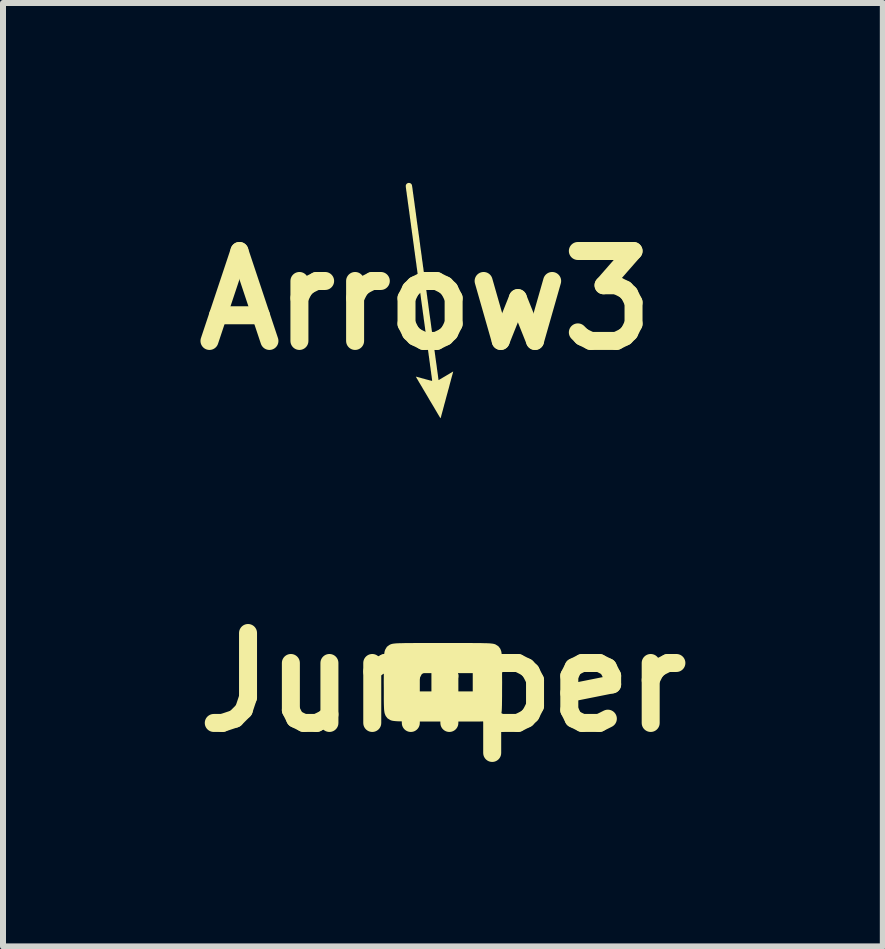
<source format=kicad_pcb>
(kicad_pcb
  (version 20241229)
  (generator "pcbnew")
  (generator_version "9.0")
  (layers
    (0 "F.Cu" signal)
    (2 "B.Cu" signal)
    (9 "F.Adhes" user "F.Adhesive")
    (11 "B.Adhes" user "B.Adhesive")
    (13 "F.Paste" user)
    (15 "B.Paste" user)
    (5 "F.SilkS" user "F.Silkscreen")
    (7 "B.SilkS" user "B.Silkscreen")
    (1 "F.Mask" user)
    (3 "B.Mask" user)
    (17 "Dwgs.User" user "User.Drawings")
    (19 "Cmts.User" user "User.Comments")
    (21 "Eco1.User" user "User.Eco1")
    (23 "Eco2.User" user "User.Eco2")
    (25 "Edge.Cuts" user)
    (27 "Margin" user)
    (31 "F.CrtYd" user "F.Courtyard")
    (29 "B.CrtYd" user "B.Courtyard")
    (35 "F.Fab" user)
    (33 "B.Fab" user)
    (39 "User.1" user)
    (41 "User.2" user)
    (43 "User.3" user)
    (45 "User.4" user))
  (footprint "Jumper"
    (layer "F.Cu")
    (at 4.336 8.327)
    (property "Reference" "Jumper" (at 0 0 0) (layer "F.SilkS") (effects (font (size 1.5 1.5) (thickness 0.3))))
    (attr board_only exclude_from_pos_files exclude_from_bom)
    (fp_poly (pts (xy 0.168 -0.655) (xy 0.312 -0.655) (xy 0.434 -0.655) (xy 0.535 -0.654) (xy 0.618 -0.654) (xy 0.685 -0.652) (xy 0.738 -0.651) (xy 0.779 -0.649) (xy 0.81 -0.646) (xy 0.834 -0.643) (xy 0.852 -0.639) (xy 0.866 -0.635) (xy 0.878 -0.63) (xy 0.878 -0.63) (xy 0.923 -0.602) (xy 0.953 -0.564) (xy 0.961 -0.547) (xy 0.967 -0.531) (xy 0.973 -0.513) (xy 0.977 -0.49) (xy 0.98 -0.46) (xy 0.983 -0.42) (xy 0.985 -0.366) (xy 0.986 -0.297) (xy 0.986 -0.209) (xy 0.986 -0.099) (xy 0.987 0) (xy 0.986 0.128) (xy 0.986 0.232) (xy 0.985 0.315) (xy 0.984 0.38) (xy 0.982 0.43) (xy 0.98 0.468) (xy 0.976 0.496) (xy 0.972 0.517) (xy 0.966 0.535) (xy 0.961 0.547) (xy 0.934 0.592) (xy 0.895 0.621) (xy 0.878 0.63) (xy 0.866 0.635) (xy 0.852 0.639) (xy 0.834 0.643) (xy 0.81 0.646) (xy 0.779 0.649) (xy 0.738 0.651) (xy 0.685 0.652) (xy 0.618 0.654) (xy 0.535 0.654) (xy 0.434 0.655) (xy 0.313 0.655) (xy 0.169 0.655) (xy 0.000467 0.655) (xy 0 0.655) (xy -0.168 0.655) (xy -0.312 0.655) (xy -0.434 0.655) (xy -0.535 0.654) (xy -0.618 0.654) (xy -0.685 0.652) (xy -0.738 0.651) (xy -0.779 0.649) (xy -0.81 0.646) (xy -0.834 0.643) (xy -0.852 0.639) (xy -0.866 0.635) (xy -0.878 0.63) (xy -0.878 0.63) (xy -0.923 0.602) (xy -0.953 0.564) (xy -0.961 0.547) (xy -0.967 0.531) (xy -0.973 0.513) (xy -0.977 0.49) (xy -0.981 0.46) (xy -0.983 0.42) (xy -0.985 0.366) (xy -0.986 0.297) (xy -0.986 0.209) (xy -0.986 0.099) (xy -0.987 0) (xy -0.497 0) (xy -0.497 0.152) (xy -0.344 0.152) (xy -0.192 0.152) (xy -0.192 0) (xy 0.192 0) (xy 0.192 0.152) (xy 0.344 0.152) (xy 0.497 0.152) (xy 0.497 0) (xy 0.497 -0.152) (xy 0.344 -0.152) (xy 0.192 -0.152) (xy 0.192 0) (xy -0.192 0) (xy -0.192 -0.152) (xy -0.344 -0.152) (xy -0.497 -0.152) (xy -0.497 0) (xy -0.987 0) (xy -0.986 -0.128) (xy -0.986 -0.232) (xy -0.985 -0.315) (xy -0.984 -0.38) (xy -0.982 -0.43) (xy -0.98 -0.468) (xy -0.976 -0.496) (xy -0.972 -0.517) (xy -0.966 -0.535) (xy -0.961 -0.547) (xy -0.934 -0.592) (xy -0.895 -0.621) (xy -0.878 -0.63) (xy -0.866 -0.635) (xy -0.852 -0.639) (xy -0.834 -0.643) (xy -0.81 -0.646) (xy -0.779 -0.649) (xy -0.738 -0.651) (xy -0.685 -0.652) (xy -0.618 -0.654) (xy -0.535 -0.654) (xy -0.434 -0.655) (xy -0.313 -0.655) (xy -0.169 -0.655) (xy -0.000468 -0.655) (xy 0 -0.655)) (stroke (width 0) (type solid)) (fill yes) (layer "F.SilkS")))
  (footprint "Arrow3"
    (layer "F.Cu")
    (at 4.05 1.957)
    (property "Reference" "Arrow3" (at 0 0 0) (layer "F.SilkS") (effects (font (size 1.5 1.5) (thickness 0.3))))
    (attr board_only exclude_from_pos_files exclude_from_bom)
    (fp_poly (pts (xy -0.264 -1.954) (xy -0.253 -1.949) (xy -0.243 -1.941) (xy -0.236 -1.931) (xy -0.232 -1.924) (xy -0.231 -1.92) (xy -0.23 -1.912) (xy -0.228 -1.902) (xy -0.226 -1.89) (xy -0.224 -1.876) (xy -0.222 -1.864) (xy -0.22 -1.847) (xy -0.218 -1.83) (xy -0.216 -1.813) (xy -0.213 -1.797) (xy -0.212 -1.784) (xy -0.211 -1.778) (xy -0.209 -1.767) (xy -0.207 -1.753) (xy -0.205 -1.737) (xy -0.203 -1.72) (xy -0.2 -1.702) (xy -0.198 -1.684) (xy -0.197 -1.678) (xy -0.193 -1.652) (xy -0.19 -1.629) (xy -0.187 -1.608) (xy -0.185 -1.59) (xy -0.183 -1.574) (xy -0.181 -1.56) (xy -0.179 -1.546) (xy -0.177 -1.533) (xy -0.175 -1.519) (xy -0.173 -1.505) (xy -0.171 -1.49) (xy -0.17 -1.477) (xy -0.167 -1.461) (xy -0.165 -1.445) (xy -0.163 -1.431) (xy -0.162 -1.418) (xy -0.16 -1.408) (xy -0.159 -1.4) (xy -0.159 -1.397) (xy -0.158 -1.391) (xy -0.157 -1.381) (xy -0.155 -1.369) (xy -0.153 -1.357) (xy -0.152 -1.348) (xy -0.151 -1.337) (xy -0.149 -1.323) (xy -0.147 -1.307) (xy -0.144 -1.289) (xy -0.142 -1.271) (xy -0.139 -1.253) (xy -0.138 -1.247) (xy -0.136 -1.228) (xy -0.133 -1.207) (xy -0.13 -1.186) (xy -0.127 -1.164) (xy -0.124 -1.145) (xy -0.122 -1.128) (xy -0.122 -1.126) (xy -0.12 -1.111) (xy -0.117 -1.092) (xy -0.114 -1.071) (xy -0.111 -1.05) (xy -0.108 -1.028) (xy -0.106 -1.007) (xy -0.104 -0.998) (xy -0.102 -0.977) (xy -0.098 -0.954) (xy -0.095 -0.929) (xy -0.092 -0.904) (xy -0.089 -0.881) (xy -0.086 -0.86) (xy -0.085 -0.853) (xy -0.083 -0.837) (xy -0.08 -0.821) (xy -0.078 -0.807) (xy -0.077 -0.795) (xy -0.075 -0.785) (xy -0.075 -0.779) (xy -0.074 -0.775) (xy -0.073 -0.767) (xy -0.071 -0.756) (xy -0.069 -0.741) (xy -0.067 -0.724) (xy -0.065 -0.704) (xy -0.062 -0.683) (xy -0.059 -0.66) (xy -0.055 -0.637) (xy -0.052 -0.613) (xy -0.049 -0.589) (xy -0.046 -0.565) (xy -0.042 -0.542) (xy -0.039 -0.52) (xy -0.037 -0.499) (xy -0.034 -0.481) (xy -0.032 -0.465) (xy -0.03 -0.452) (xy -0.029 -0.446) (xy -0.028 -0.44) (xy -0.027 -0.43) (xy -0.025 -0.418) (xy -0.023 -0.403) (xy -0.021 -0.386) (xy -0.019 -0.368) (xy -0.016 -0.348) (xy -0.013 -0.327) (xy -0.01 -0.306) (xy -0.007 -0.284) (xy -0.004 -0.263) (xy -0.001 -0.242) (xy 0.001 -0.223) (xy 0.004 -0.205) (xy 0.006 -0.189) (xy 0.008 -0.175) (xy 0.009 -0.164) (xy 0.01 -0.156) (xy 0.011 -0.152) (xy 0.012 -0.145) (xy 0.013 -0.135) (xy 0.015 -0.124) (xy 0.016 -0.112) (xy 0.017 -0.109) (xy 0.017 -0.102) (xy 0.019 -0.092) (xy 0.021 -0.08) (xy 0.023 -0.064) (xy 0.025 -0.047) (xy 0.027 -0.029) (xy 0.03 -0.01) (xy 0.033 0.009) (xy 0.035 0.027) (xy 0.038 0.045) (xy 0.04 0.061) (xy 0.042 0.076) (xy 0.043 0.088) (xy 0.045 0.096) (xy 0.045 0.098) (xy 0.045 0.102) (xy 0.046 0.108) (xy 0.047 0.118) (xy 0.049 0.131) (xy 0.051 0.145) (xy 0.053 0.162) (xy 0.056 0.18) (xy 0.058 0.198) (xy 0.063 0.235) (xy 0.068 0.268) (xy 0.072 0.298) (xy 0.076 0.325) (xy 0.079 0.348) (xy 0.082 0.368) (xy 0.084 0.385) (xy 0.086 0.4) (xy 0.088 0.412) (xy 0.089 0.422) (xy 0.09 0.429) (xy 0.091 0.434) (xy 0.091 0.436) (xy 0.092 0.445) (xy 0.093 0.455) (xy 0.095 0.466) (xy 0.096 0.47) (xy 0.097 0.479) (xy 0.098 0.49) (xy 0.1 0.503) (xy 0.102 0.516) (xy 0.103 0.527) (xy 0.105 0.542) (xy 0.108 0.559) (xy 0.11 0.576) (xy 0.112 0.593) (xy 0.113 0.6) (xy 0.115 0.613) (xy 0.117 0.628) (xy 0.119 0.645) (xy 0.122 0.663) (xy 0.124 0.679) (xy 0.125 0.686) (xy 0.127 0.699) (xy 0.128 0.712) (xy 0.13 0.725) (xy 0.132 0.738) (xy 0.134 0.753) (xy 0.136 0.769) (xy 0.139 0.787) (xy 0.141 0.808) (xy 0.145 0.832) (xy 0.146 0.845) (xy 0.148 0.856) (xy 0.15 0.869) (xy 0.151 0.882) (xy 0.152 0.886) (xy 0.153 0.895) (xy 0.155 0.907) (xy 0.157 0.921) (xy 0.159 0.937) (xy 0.161 0.955) (xy 0.164 0.973) (xy 0.166 0.991) (xy 0.169 1.009) (xy 0.171 1.025) (xy 0.173 1.04) (xy 0.175 1.051) (xy 0.176 1.061) (xy 0.178 1.073) (xy 0.18 1.087) (xy 0.182 1.103) (xy 0.184 1.12) (xy 0.186 1.136) (xy 0.188 1.152) (xy 0.191 1.169) (xy 0.193 1.186) (xy 0.195 1.201) (xy 0.197 1.213) (xy 0.198 1.223) (xy 0.2 1.235) (xy 0.202 1.249) (xy 0.203 1.261) (xy 0.205 1.271) (xy 0.205 1.273) (xy 0.206 1.284) (xy 0.208 1.297) (xy 0.21 1.308) (xy 0.21 1.312) (xy 0.211 1.32) (xy 0.212 1.327) (xy 0.213 1.33) (xy 0.214 1.331) (xy 0.216 1.33) (xy 0.221 1.328) (xy 0.228 1.323) (xy 0.237 1.318) (xy 0.247 1.312) (xy 0.249 1.311) (xy 0.259 1.305) (xy 0.271 1.298) (xy 0.285 1.289) (xy 0.301 1.28) (xy 0.318 1.27) (xy 0.335 1.26) (xy 0.351 1.25) (xy 0.367 1.241) (xy 0.382 1.232) (xy 0.397 1.223) (xy 0.41 1.215) (xy 0.422 1.208) (xy 0.431 1.203) (xy 0.438 1.199) (xy 0.438 1.198) (xy 0.446 1.194) (xy 0.452 1.19) (xy 0.456 1.188) (xy 0.457 1.188) (xy 0.457 1.19) (xy 0.455 1.195) (xy 0.453 1.204) (xy 0.45 1.216) (xy 0.446 1.231) (xy 0.441 1.249) (xy 0.435 1.27) (xy 0.429 1.293) (xy 0.422 1.318) (xy 0.415 1.345) (xy 0.407 1.374) (xy 0.399 1.404) (xy 0.391 1.436) (xy 0.382 1.47) (xy 0.372 1.504) (xy 0.363 1.539) (xy 0.353 1.575) (xy 0.343 1.611) (xy 0.333 1.648) (xy 0.324 1.684) (xy 0.316 1.712) (xy 0.308 1.74) (xy 0.302 1.765) (xy 0.296 1.786) (xy 0.291 1.805) (xy 0.287 1.821) (xy 0.283 1.836) (xy 0.279 1.849) (xy 0.276 1.861) (xy 0.273 1.872) (xy 0.27 1.883) (xy 0.267 1.894) (xy 0.264 1.905) (xy 0.261 1.914) (xy 0.258 1.928) (xy 0.255 1.94) (xy 0.252 1.95) (xy 0.249 1.958) (xy 0.248 1.964) (xy 0.247 1.966) (xy 0.246 1.966) (xy 0.245 1.965) (xy 0.242 1.962) (xy 0.238 1.957) (xy 0.233 1.949) (xy 0.227 1.938) (xy 0.219 1.925) (xy 0.201 1.895) (xy 0.184 1.866) (xy 0.167 1.837) (xy 0.151 1.81) (xy 0.136 1.784) (xy 0.122 1.761) (xy 0.109 1.739) (xy 0.098 1.721) (xy 0.089 1.705) (xy 0.087 1.703) (xy 0.073 1.679) (xy 0.058 1.654) (xy 0.043 1.628) (xy 0.028 1.602) (xy 0.013 1.577) (xy -0.001 1.553) (xy -0.015 1.53) (xy -0.027 1.509) (xy -0.039 1.49) (xy -0.048 1.474) (xy -0.049 1.473) (xy -0.057 1.459) (xy -0.065 1.445) (xy -0.073 1.431) (xy -0.081 1.419) (xy -0.087 1.409) (xy -0.09 1.402) (xy -0.095 1.395) (xy -0.101 1.384) (xy -0.109 1.372) (xy -0.117 1.358) (xy -0.125 1.343) (xy -0.134 1.329) (xy -0.135 1.326) (xy -0.143 1.313) (xy -0.15 1.302) (xy -0.156 1.291) (xy -0.16 1.283) (xy -0.164 1.277) (xy -0.165 1.274) (xy -0.165 1.273) (xy -0.163 1.274) (xy -0.158 1.275) (xy -0.149 1.277) (xy -0.137 1.28) (xy -0.123 1.284) (xy -0.107 1.288) (xy -0.089 1.293) (xy -0.069 1.299) (xy -0.047 1.305) (xy -0.029 1.309) (xy -0.004 1.317) (xy 0.019 1.323) (xy 0.038 1.328) (xy 0.054 1.332) (xy 0.067 1.336) (xy 0.078 1.338) (xy 0.086 1.34) (xy 0.093 1.342) (xy 0.098 1.343) (xy 0.101 1.344) (xy 0.104 1.344) (xy 0.105 1.343) (xy 0.106 1.343) (xy 0.106 1.342) (xy 0.106 1.34) (xy 0.105 1.336) (xy 0.105 1.329) (xy 0.104 1.319) (xy 0.102 1.307) (xy 0.1 1.292) (xy 0.098 1.274) (xy 0.095 1.253) (xy 0.091 1.228) (xy 0.088 1.2) (xy 0.083 1.169) (xy 0.079 1.134) (xy 0.074 1.102) (xy 0.072 1.089) (xy 0.07 1.072) (xy 0.068 1.054) (xy 0.065 1.034) (xy 0.062 1.013) (xy 0.059 0.992) (xy 0.057 0.972) (xy 0.054 0.954) (xy 0.052 0.936) (xy 0.049 0.92) (xy 0.047 0.904) (xy 0.046 0.891) (xy 0.044 0.881) (xy 0.043 0.873) (xy 0.043 0.872) (xy 0.042 0.865) (xy 0.041 0.858) (xy 0.04 0.85) (xy 0.039 0.841) (xy 0.037 0.83) (xy 0.036 0.818) (xy 0.034 0.803) (xy 0.031 0.786) (xy 0.029 0.767) (xy 0.025 0.744) (xy 0.022 0.717) (xy 0.019 0.7) (xy 0.017 0.68) (xy 0.014 0.66) (xy 0.011 0.64) (xy 0.009 0.621) (xy 0.006 0.605) (xy 0.004 0.59) (xy 0.003 0.578) (xy 0.002 0.571) (xy 0.000268 0.559) (xy -0.002 0.544) (xy -0.004 0.527) (xy -0.006 0.51) (xy -0.009 0.493) (xy -0.01 0.486) (xy -0.013 0.46) (xy -0.016 0.438) (xy -0.019 0.418) (xy -0.021 0.4) (xy -0.024 0.382) (xy -0.026 0.363) (xy -0.029 0.344) (xy -0.03 0.335) (xy -0.032 0.325) (xy -0.034 0.311) (xy -0.036 0.294) (xy -0.038 0.275) (xy -0.041 0.255) (xy -0.044 0.234) (xy -0.047 0.213) (xy -0.05 0.192) (xy -0.052 0.172) (xy -0.056 0.148) (xy -0.059 0.122) (xy -0.063 0.094) (xy -0.067 0.066) (xy -0.071 0.036) (xy -0.075 0.007) (xy -0.079 -0.02) (xy -0.082 -0.045) (xy -0.085 -0.068) (xy -0.088 -0.091) (xy -0.091 -0.114) (xy -0.094 -0.135) (xy -0.097 -0.154) (xy -0.099 -0.171) (xy -0.101 -0.186) (xy -0.103 -0.198) (xy -0.104 -0.206) (xy -0.104 -0.21) (xy -0.106 -0.22) (xy -0.107 -0.23) (xy -0.108 -0.238) (xy -0.109 -0.243) (xy -0.109 -0.244) (xy -0.109 -0.245) (xy -0.11 -0.248) (xy -0.11 -0.252) (xy -0.111 -0.257) (xy -0.112 -0.265) (xy -0.113 -0.274) (xy -0.115 -0.285) (xy -0.117 -0.298) (xy -0.119 -0.314) (xy -0.121 -0.333) (xy -0.124 -0.354) (xy -0.127 -0.378) (xy -0.131 -0.406) (xy -0.135 -0.436) (xy -0.14 -0.471) (xy -0.144 -0.503) (xy -0.149 -0.536) (xy -0.153 -0.564) (xy -0.156 -0.59) (xy -0.159 -0.613) (xy -0.162 -0.633) (xy -0.165 -0.651) (xy -0.167 -0.666) (xy -0.168 -0.678) (xy -0.17 -0.692) (xy -0.173 -0.71) (xy -0.175 -0.728) (xy -0.178 -0.748) (xy -0.181 -0.768) (xy -0.183 -0.788) (xy -0.183 -0.789) (xy -0.189 -0.828) (xy -0.194 -0.865) (xy -0.198 -0.898) (xy -0.202 -0.928) (xy -0.206 -0.955) (xy -0.209 -0.978) (xy -0.212 -0.997) (xy -0.213 -1.008) (xy -0.215 -1.022) (xy -0.217 -1.037) (xy -0.219 -1.053) (xy -0.221 -1.068) (xy -0.221 -1.069) (xy -0.223 -1.082) (xy -0.225 -1.094) (xy -0.226 -1.104) (xy -0.227 -1.112) (xy -0.228 -1.117) (xy -0.228 -1.119) (xy -0.229 -1.122) (xy -0.23 -1.129) (xy -0.231 -1.139) (xy -0.233 -1.151) (xy -0.234 -1.164) (xy -0.236 -1.176) (xy -0.238 -1.192) (xy -0.241 -1.209) (xy -0.243 -1.227) (xy -0.245 -1.243) (xy -0.247 -1.256) (xy -0.248 -1.262) (xy -0.249 -1.274) (xy -0.251 -1.289) (xy -0.254 -1.306) (xy -0.256 -1.323) (xy -0.258 -1.34) (xy -0.259 -1.348) (xy -0.262 -1.365) (xy -0.265 -1.385) (xy -0.267 -1.406) (xy -0.27 -1.427) (xy -0.273 -1.445) (xy -0.273 -1.449) (xy -0.275 -1.465) (xy -0.277 -1.481) (xy -0.28 -1.496) (xy -0.281 -1.51) (xy -0.283 -1.522) (xy -0.284 -1.527) (xy -0.286 -1.545) (xy -0.289 -1.565) (xy -0.292 -1.589) (xy -0.296 -1.615) (xy -0.3 -1.644) (xy -0.304 -1.677) (xy -0.309 -1.714) (xy -0.311 -1.727) (xy -0.314 -1.747) (xy -0.317 -1.768) (xy -0.319 -1.788) (xy -0.322 -1.808) (xy -0.325 -1.826) (xy -0.327 -1.841) (xy -0.328 -1.854) (xy -0.329 -1.858) (xy -0.331 -1.874) (xy -0.333 -1.888) (xy -0.333 -1.898) (xy -0.334 -1.907) (xy -0.333 -1.914) (xy -0.332 -1.919) (xy -0.331 -1.924) (xy -0.328 -1.929) (xy -0.321 -1.94) (xy -0.311 -1.948) (xy -0.3 -1.954) (xy -0.288 -1.957) (xy -0.276 -1.957)) (stroke (width 0) (type solid)) (fill yes) (layer "F.SilkS")))
  (gr_rect
    (start -3 -3)
    (end 11.671 12.731)
    (stroke (width 0.1) (type default))
    (fill no)
    (layer "Edge.Cuts")))
</source>
